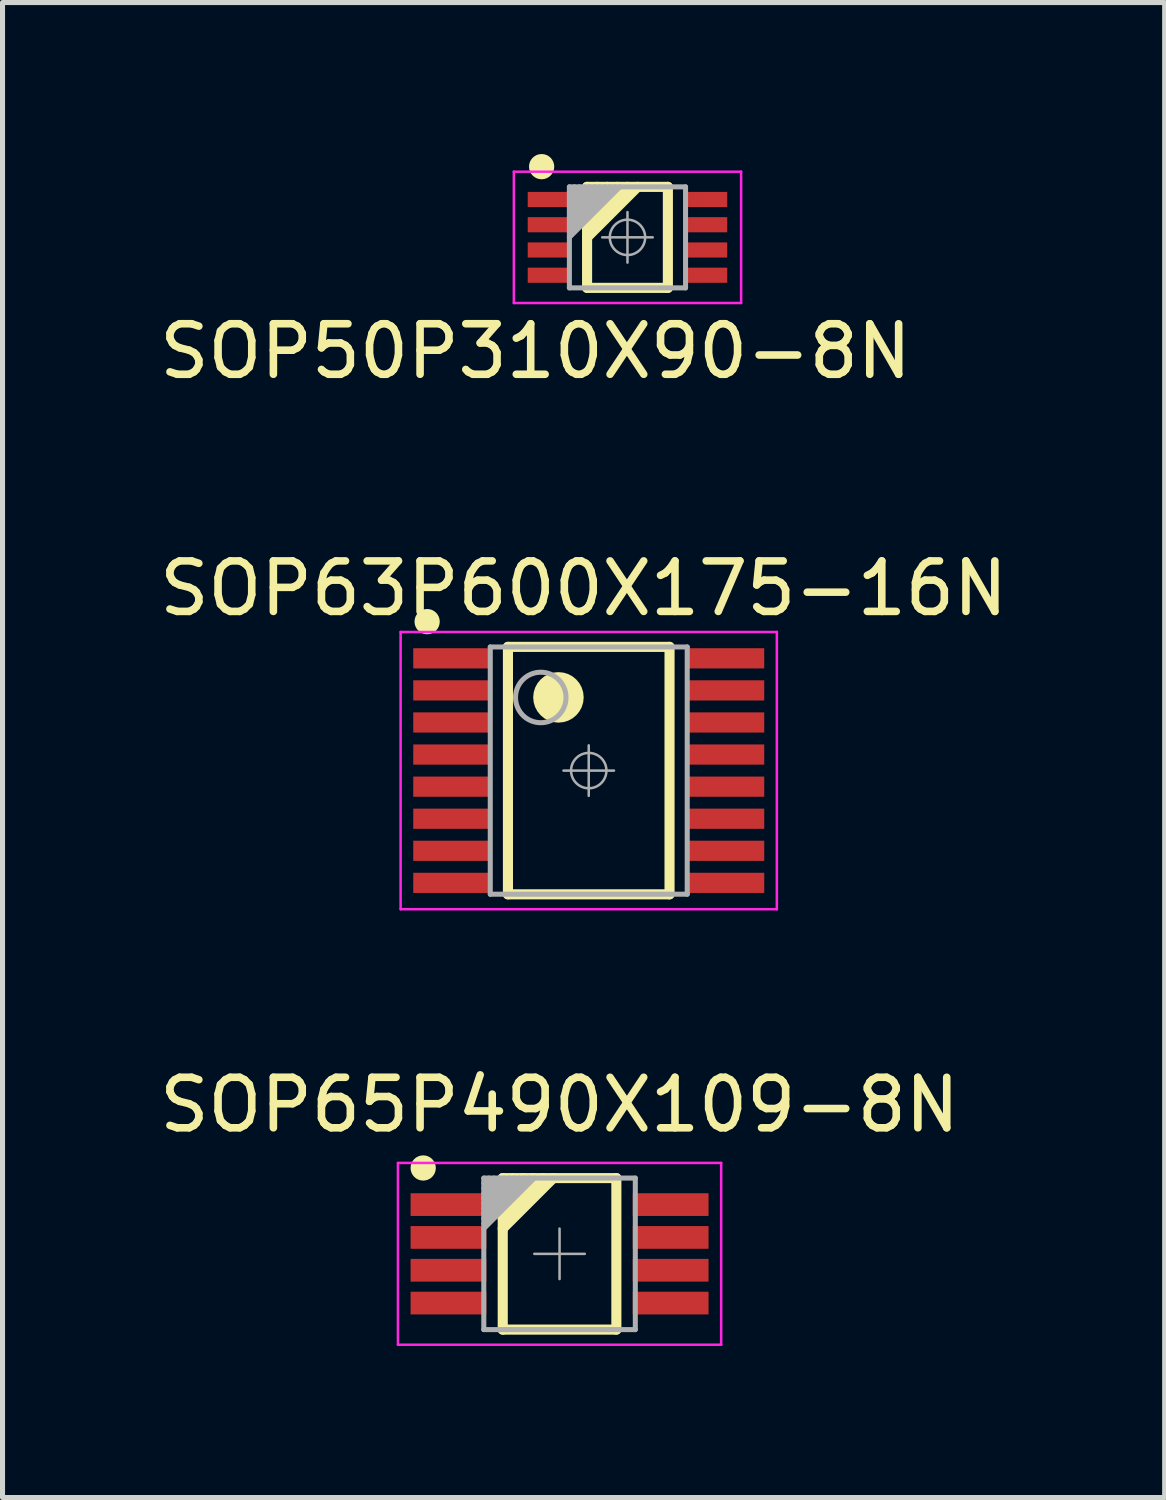
<source format=kicad_pcb>
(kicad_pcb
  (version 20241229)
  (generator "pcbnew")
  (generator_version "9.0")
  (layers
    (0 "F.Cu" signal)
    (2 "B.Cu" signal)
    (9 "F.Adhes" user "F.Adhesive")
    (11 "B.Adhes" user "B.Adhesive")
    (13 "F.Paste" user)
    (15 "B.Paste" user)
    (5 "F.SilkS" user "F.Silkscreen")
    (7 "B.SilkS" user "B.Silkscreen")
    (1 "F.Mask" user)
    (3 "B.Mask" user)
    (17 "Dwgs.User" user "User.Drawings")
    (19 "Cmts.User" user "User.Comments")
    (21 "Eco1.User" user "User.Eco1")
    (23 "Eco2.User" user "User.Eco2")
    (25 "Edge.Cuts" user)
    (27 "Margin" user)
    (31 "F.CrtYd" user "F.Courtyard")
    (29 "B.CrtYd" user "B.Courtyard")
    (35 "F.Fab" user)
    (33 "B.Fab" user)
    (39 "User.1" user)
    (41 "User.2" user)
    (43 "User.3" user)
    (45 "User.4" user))
  (footprint "SOP50P310X90-8N"
    (layer "F.Cu")
    (at 9.375 1.65)
    (property "Reference" "SOP50P310X90-8N" (at -1.821 2.256 0) (layer "F.SilkS") (effects (font (size 1 1) (thickness 0.15))))
    (attr smd)
    (fp_line (start -0.8 -1) (end 0.8 -1) (stroke (width 0.2) (type solid)) (layer "F.SilkS"))
    (fp_line (start -0.8 -0.8) (end -0.6 -1) (stroke (width 0.2) (type solid)) (layer "F.SilkS"))
    (fp_line (start -0.8 -0.6) (end -0.4 -1) (stroke (width 0.2) (type solid)) (layer "F.SilkS"))
    (fp_line (start -0.8 -0.4) (end -0.2 -1) (stroke (width 0.2) (type solid)) (layer "F.SilkS"))
    (fp_line (start -0.8 -0.2) (end 0 -1) (stroke (width 0.2) (type solid)) (layer "F.SilkS"))
    (fp_line (start -0.8 0) (end 0.2 -1) (stroke (width 0.2) (type solid)) (layer "F.SilkS"))
    (fp_line (start -0.8 1) (end -0.8 -1) (stroke (width 0.2) (type solid)) (layer "F.SilkS"))
    (fp_line (start -0.8 1) (end 0.8 1) (stroke (width 0.2) (type solid)) (layer "F.SilkS"))
    (fp_line (start 0.8 1) (end 0.8 -1) (stroke (width 0.2) (type solid)) (layer "F.SilkS"))
    (fp_circle (center -1.7 -1.4) (end -1.575 -1.4) (stroke (width 0.25) (type solid)) (fill no) (layer "F.SilkS"))
    (fp_line (start -2.25 -1.3) (end 2.25 -1.3) (stroke (width 0.05) (type solid)) (layer "F.CrtYd"))
    (fp_line (start -2.25 1.3) (end -2.25 -1.3) (stroke (width 0.05) (type solid)) (layer "F.CrtYd"))
    (fp_line (start -2.25 1.3) (end 2.25 1.3) (stroke (width 0.05) (type solid)) (layer "F.CrtYd"))
    (fp_line (start 2.25 1.3) (end 2.25 -1.3) (stroke (width 0.05) (type solid)) (layer "F.CrtYd"))
    (fp_line (start -1.15 -1) (end 1.15 -1) (stroke (width 0.1) (type solid)) (layer "F.Fab"))
    (fp_line (start -1.15 -0.9) (end -1.05 -1) (stroke (width 0.1) (type solid)) (layer "F.Fab"))
    (fp_line (start -1.15 -0.8) (end -0.95 -1) (stroke (width 0.1) (type solid)) (layer "F.Fab"))
    (fp_line (start -1.15 -0.7) (end -0.85 -1) (stroke (width 0.1) (type solid)) (layer "F.Fab"))
    (fp_line (start -1.15 -0.6) (end -0.75 -1) (stroke (width 0.1) (type solid)) (layer "F.Fab"))
    (fp_line (start -1.15 -0.5) (end -0.65 -1) (stroke (width 0.1) (type solid)) (layer "F.Fab"))
    (fp_line (start -1.15 -0.4) (end -0.55 -1) (stroke (width 0.1) (type solid)) (layer "F.Fab"))
    (fp_line (start -1.15 -0.3) (end -0.45 -1) (stroke (width 0.1) (type solid)) (layer "F.Fab"))
    (fp_line (start -1.15 -0.2) (end -0.35 -1) (stroke (width 0.1) (type solid)) (layer "F.Fab"))
    (fp_line (start -1.15 -0.1) (end -0.25 -1) (stroke (width 0.1) (type solid)) (layer "F.Fab"))
    (fp_line (start -1.15 0) (end -0.15 -1) (stroke (width 0.1) (type solid)) (layer "F.Fab"))
    (fp_line (start -1.15 1) (end -1.15 -1) (stroke (width 0.1) (type solid)) (layer "F.Fab"))
    (fp_line (start -1.15 1) (end 1.15 1) (stroke (width 0.1) (type solid)) (layer "F.Fab"))
    (fp_line (start -0.5 0) (end 0.5 0) (stroke (width 0.05) (type solid)) (layer "F.Fab"))
    (fp_line (start 0 0.5) (end 0 -0.5) (stroke (width 0.05) (type solid)) (layer "F.Fab"))
    (fp_line (start 1.15 1) (end 1.15 -1) (stroke (width 0.1) (type solid)) (layer "F.Fab"))
    (fp_circle (center 0 0) (end 0.35 0) (stroke (width 0.05) (type solid)) (fill no) (layer "F.Fab"))
    (pad "1" smd rect (at -1.55 -0.75) (size 0.85 0.3) (layers "F.Cu" "F.Mask" "F.Paste"))
    (pad "2" smd rect (at -1.55 -0.25) (size 0.85 0.3) (layers "F.Cu" "F.Mask" "F.Paste"))
    (pad "3" smd rect (at -1.55 0.25) (size 0.85 0.3) (layers "F.Cu" "F.Mask" "F.Paste"))
    (pad "4" smd rect (at -1.55 0.75) (size 0.85 0.3) (layers "F.Cu" "F.Mask" "F.Paste"))
    (pad "5" smd rect (at 1.55 0.75) (size 0.85 0.3) (layers "F.Cu" "F.Mask" "F.Paste"))
    (pad "6" smd rect (at 1.55 0.25) (size 0.85 0.3) (layers "F.Cu" "F.Mask" "F.Paste"))
    (pad "7" smd rect (at 1.55 -0.25) (size 0.85 0.3) (layers "F.Cu" "F.Mask" "F.Paste"))
    (pad "8" smd rect (at 1.55 -0.75) (size 0.85 0.3) (layers "F.Cu" "F.Mask" "F.Paste")))
  (footprint "SOP65P490X109-8N"
    (layer "F.Cu")
    (at 8.03 21.778)
    (property "Reference" "SOP65P490X109-8N" (at 0 -2.951 0) (layer "F.SilkS") (effects (font (size 1 1) (thickness 0.15))))
    (attr smd)
    (fp_line (start -1.125 -1.5) (end 1.125 -1.5) (stroke (width 0.2) (type solid)) (layer "F.SilkS"))
    (fp_line (start -1.125 -1.3) (end -0.925 -1.5) (stroke (width 0.2) (type solid)) (layer "F.SilkS"))
    (fp_line (start -1.125 -1.1) (end -0.725 -1.5) (stroke (width 0.2) (type solid)) (layer "F.SilkS"))
    (fp_line (start -1.125 -0.9) (end -0.525 -1.5) (stroke (width 0.2) (type solid)) (layer "F.SilkS"))
    (fp_line (start -1.125 -0.7) (end -0.325 -1.5) (stroke (width 0.2) (type solid)) (layer "F.SilkS"))
    (fp_line (start -1.125 -0.5) (end -0.125 -1.5) (stroke (width 0.2) (type solid)) (layer "F.SilkS"))
    (fp_line (start -1.125 1.5) (end -1.125 -1.5) (stroke (width 0.2) (type solid)) (layer "F.SilkS"))
    (fp_line (start -1.125 1.5) (end 1.125 1.5) (stroke (width 0.2) (type solid)) (layer "F.SilkS"))
    (fp_line (start 1.125 1.5) (end 1.125 -1.5) (stroke (width 0.2) (type solid)) (layer "F.SilkS"))
    (fp_circle (center -2.7 -1.7) (end -2.575 -1.7) (stroke (width 0.25) (type solid)) (fill no) (layer "F.SilkS"))
    (fp_line (start -3.2 -1.8) (end 3.2 -1.8) (stroke (width 0.05) (type solid)) (layer "F.CrtYd"))
    (fp_line (start -3.2 1.8) (end -3.2 -1.8) (stroke (width 0.05) (type solid)) (layer "F.CrtYd"))
    (fp_line (start -3.2 1.8) (end 3.2 1.8) (stroke (width 0.05) (type solid)) (layer "F.CrtYd"))
    (fp_line (start 3.2 1.8) (end 3.2 -1.8) (stroke (width 0.05) (type solid)) (layer "F.CrtYd"))
    (fp_line (start -1.5 -1.5) (end 1.5 -1.5) (stroke (width 0.1) (type solid)) (layer "F.Fab"))
    (fp_line (start -1.5 -1.4) (end -1.4 -1.5) (stroke (width 0.1) (type solid)) (layer "F.Fab"))
    (fp_line (start -1.5 -1.3) (end -1.3 -1.5) (stroke (width 0.1) (type solid)) (layer "F.Fab"))
    (fp_line (start -1.5 -1.2) (end -1.2 -1.5) (stroke (width 0.1) (type solid)) (layer "F.Fab"))
    (fp_line (start -1.5 -1.1) (end -1.1 -1.5) (stroke (width 0.1) (type solid)) (layer "F.Fab"))
    (fp_line (start -1.5 -1) (end -1 -1.5) (stroke (width 0.1) (type solid)) (layer "F.Fab"))
    (fp_line (start -1.5 -0.9) (end -0.9 -1.5) (stroke (width 0.1) (type solid)) (layer "F.Fab"))
    (fp_line (start -1.5 -0.8) (end -0.8 -1.5) (stroke (width 0.1) (type solid)) (layer "F.Fab"))
    (fp_line (start -1.5 -0.7) (end -0.7 -1.5) (stroke (width 0.1) (type solid)) (layer "F.Fab"))
    (fp_line (start -1.5 -0.6) (end -0.6 -1.5) (stroke (width 0.1) (type solid)) (layer "F.Fab"))
    (fp_line (start -1.5 -0.5) (end -0.5 -1.5) (stroke (width 0.1) (type solid)) (layer "F.Fab"))
    (fp_line (start -1.5 1.5) (end -1.5 -1.5) (stroke (width 0.1) (type solid)) (layer "F.Fab"))
    (fp_line (start -1.5 1.5) (end 1.5 1.5) (stroke (width 0.1) (type solid)) (layer "F.Fab"))
    (fp_line (start -0.5 0) (end 0.5 0) (stroke (width 0.05) (type solid)) (layer "F.Fab"))
    (fp_line (start 0 0.5) (end 0 -0.5) (stroke (width 0.05) (type solid)) (layer "F.Fab"))
    (fp_line (start 1.5 1.5) (end 1.5 -1.5) (stroke (width 0.1) (type solid)) (layer "F.Fab"))
    (pad "1" smd rect (at -2.2 -0.975) (size 1.5 0.45) (layers "F.Cu" "F.Mask" "F.Paste"))
    (pad "2" smd rect (at -2.2 -0.325) (size 1.5 0.45) (layers "F.Cu" "F.Mask" "F.Paste"))
    (pad "3" smd rect (at -2.2 0.325) (size 1.5 0.45) (layers "F.Cu" "F.Mask" "F.Paste"))
    (pad "4" smd rect (at -2.2 0.975) (size 1.5 0.45) (layers "F.Cu" "F.Mask" "F.Paste"))
    (pad "5" smd rect (at 2.2 0.975) (size 1.5 0.45) (layers "F.Cu" "F.Mask" "F.Paste"))
    (pad "6" smd rect (at 2.2 0.325) (size 1.5 0.45) (layers "F.Cu" "F.Mask" "F.Paste"))
    (pad "7" smd rect (at 2.2 -0.325) (size 1.5 0.45) (layers "F.Cu" "F.Mask" "F.Paste"))
    (pad "8" smd rect (at 2.2 -0.975) (size 1.5 0.45) (layers "F.Cu" "F.Mask" "F.Paste")))
  (footprint "SOP63P600X175-16N"
    (layer "F.Cu")
    (at 8.608 12.209)
    (property "Reference" "SOP63P600X175-16N" (at -0.102 -3.607 0) (layer "F.SilkS") (effects (font (size 1 1) (thickness 0.15))))
    (attr smd)
    (fp_line (start -1.6 -2.45) (end 1.6 -2.45) (stroke (width 0.2) (type solid)) (layer "F.SilkS"))
    (fp_line (start -1.6 2.45) (end -1.6 -2.45) (stroke (width 0.2) (type solid)) (layer "F.SilkS"))
    (fp_line (start -1.6 2.45) (end 1.6 2.45) (stroke (width 0.2) (type solid)) (layer "F.SilkS"))
    (fp_line (start 1.6 2.45) (end 1.6 -2.45) (stroke (width 0.2) (type solid)) (layer "F.SilkS"))
    (fp_circle (center -3.2 -2.95) (end -3.075 -2.95) (stroke (width 0.25) (type solid)) (fill no) (layer "F.SilkS"))
    (fp_circle (center -0.6 -1.45) (end -0.35 -1.45) (stroke (width 0.5) (type solid)) (fill no) (layer "F.SilkS"))
    (fp_line (start -3.725 -2.745) (end 3.725 -2.745) (stroke (width 0.05) (type solid)) (layer "F.CrtYd"))
    (fp_line (start -3.725 2.745) (end -3.725 -2.745) (stroke (width 0.05) (type solid)) (layer "F.CrtYd"))
    (fp_line (start -3.725 2.745) (end 3.725 2.745) (stroke (width 0.05) (type solid)) (layer "F.CrtYd"))
    (fp_line (start 3.725 2.745) (end 3.725 -2.745) (stroke (width 0.05) (type solid)) (layer "F.CrtYd"))
    (fp_line (start -1.95 -2.448) (end 1.95 -2.448) (stroke (width 0.1) (type solid)) (layer "F.Fab"))
    (fp_line (start -1.95 2.448) (end -1.95 -2.448) (stroke (width 0.1) (type solid)) (layer "F.Fab"))
    (fp_line (start -1.95 2.448) (end 1.95 2.448) (stroke (width 0.1) (type solid)) (layer "F.Fab"))
    (fp_line (start -0.5 0) (end 0.5 0) (stroke (width 0.05) (type solid)) (layer "F.Fab"))
    (fp_line (start 0 0.5) (end 0 -0.5) (stroke (width 0.05) (type solid)) (layer "F.Fab"))
    (fp_line (start 1.95 2.448) (end 1.95 -2.448) (stroke (width 0.1) (type solid)) (layer "F.Fab"))
    (fp_circle (center -0.95 -1.448) (end -0.45 -1.448) (stroke (width 0.1) (type solid)) (fill no) (layer "F.Fab"))
    (fp_circle (center 0 0) (end 0.35 0) (stroke (width 0.05) (type solid)) (fill no) (layer "F.Fab"))
    (pad "1" smd rect (at -2.7 -2.223) (size 1.55 0.4) (layers "F.Cu" "F.Mask" "F.Paste"))
    (pad "2" smd rect (at -2.7 -1.588) (size 1.55 0.4) (layers "F.Cu" "F.Mask" "F.Paste"))
    (pad "3" smd rect (at -2.7 -0.953) (size 1.55 0.4) (layers "F.Cu" "F.Mask" "F.Paste"))
    (pad "4" smd rect (at -2.7 -0.318) (size 1.55 0.4) (layers "F.Cu" "F.Mask" "F.Paste"))
    (pad "5" smd rect (at -2.7 0.318) (size 1.55 0.4) (layers "F.Cu" "F.Mask" "F.Paste"))
    (pad "6" smd rect (at -2.7 0.953) (size 1.55 0.4) (layers "F.Cu" "F.Mask" "F.Paste"))
    (pad "7" smd rect (at -2.7 1.588) (size 1.55 0.4) (layers "F.Cu" "F.Mask" "F.Paste"))
    (pad "8" smd rect (at -2.7 2.223) (size 1.55 0.4) (layers "F.Cu" "F.Mask" "F.Paste"))
    (pad "9" smd rect (at 2.7 2.223) (size 1.55 0.4) (layers "F.Cu" "F.Mask" "F.Paste"))
    (pad "10" smd rect (at 2.7 1.588) (size 1.55 0.4) (layers "F.Cu" "F.Mask" "F.Paste"))
    (pad "11" smd rect (at 2.7 0.953) (size 1.55 0.4) (layers "F.Cu" "F.Mask" "F.Paste"))
    (pad "12" smd rect (at 2.7 0.318) (size 1.55 0.4) (layers "F.Cu" "F.Mask" "F.Paste"))
    (pad "13" smd rect (at 2.7 -0.318) (size 1.55 0.4) (layers "F.Cu" "F.Mask" "F.Paste"))
    (pad "14" smd rect (at 2.7 -0.953) (size 1.55 0.4) (layers "F.Cu" "F.Mask" "F.Paste"))
    (pad "15" smd rect (at 2.7 -1.588) (size 1.55 0.4) (layers "F.Cu" "F.Mask" "F.Paste"))
    (pad "16" smd rect (at 2.7 -2.223) (size 1.55 0.4) (layers "F.Cu" "F.Mask" "F.Paste")))
  (gr_rect
    (start -3 -3)
    (end 20.012 26.603)
    (stroke (width 0.1) (type default))
    (fill no)
    (layer "Edge.Cuts")))
</source>
